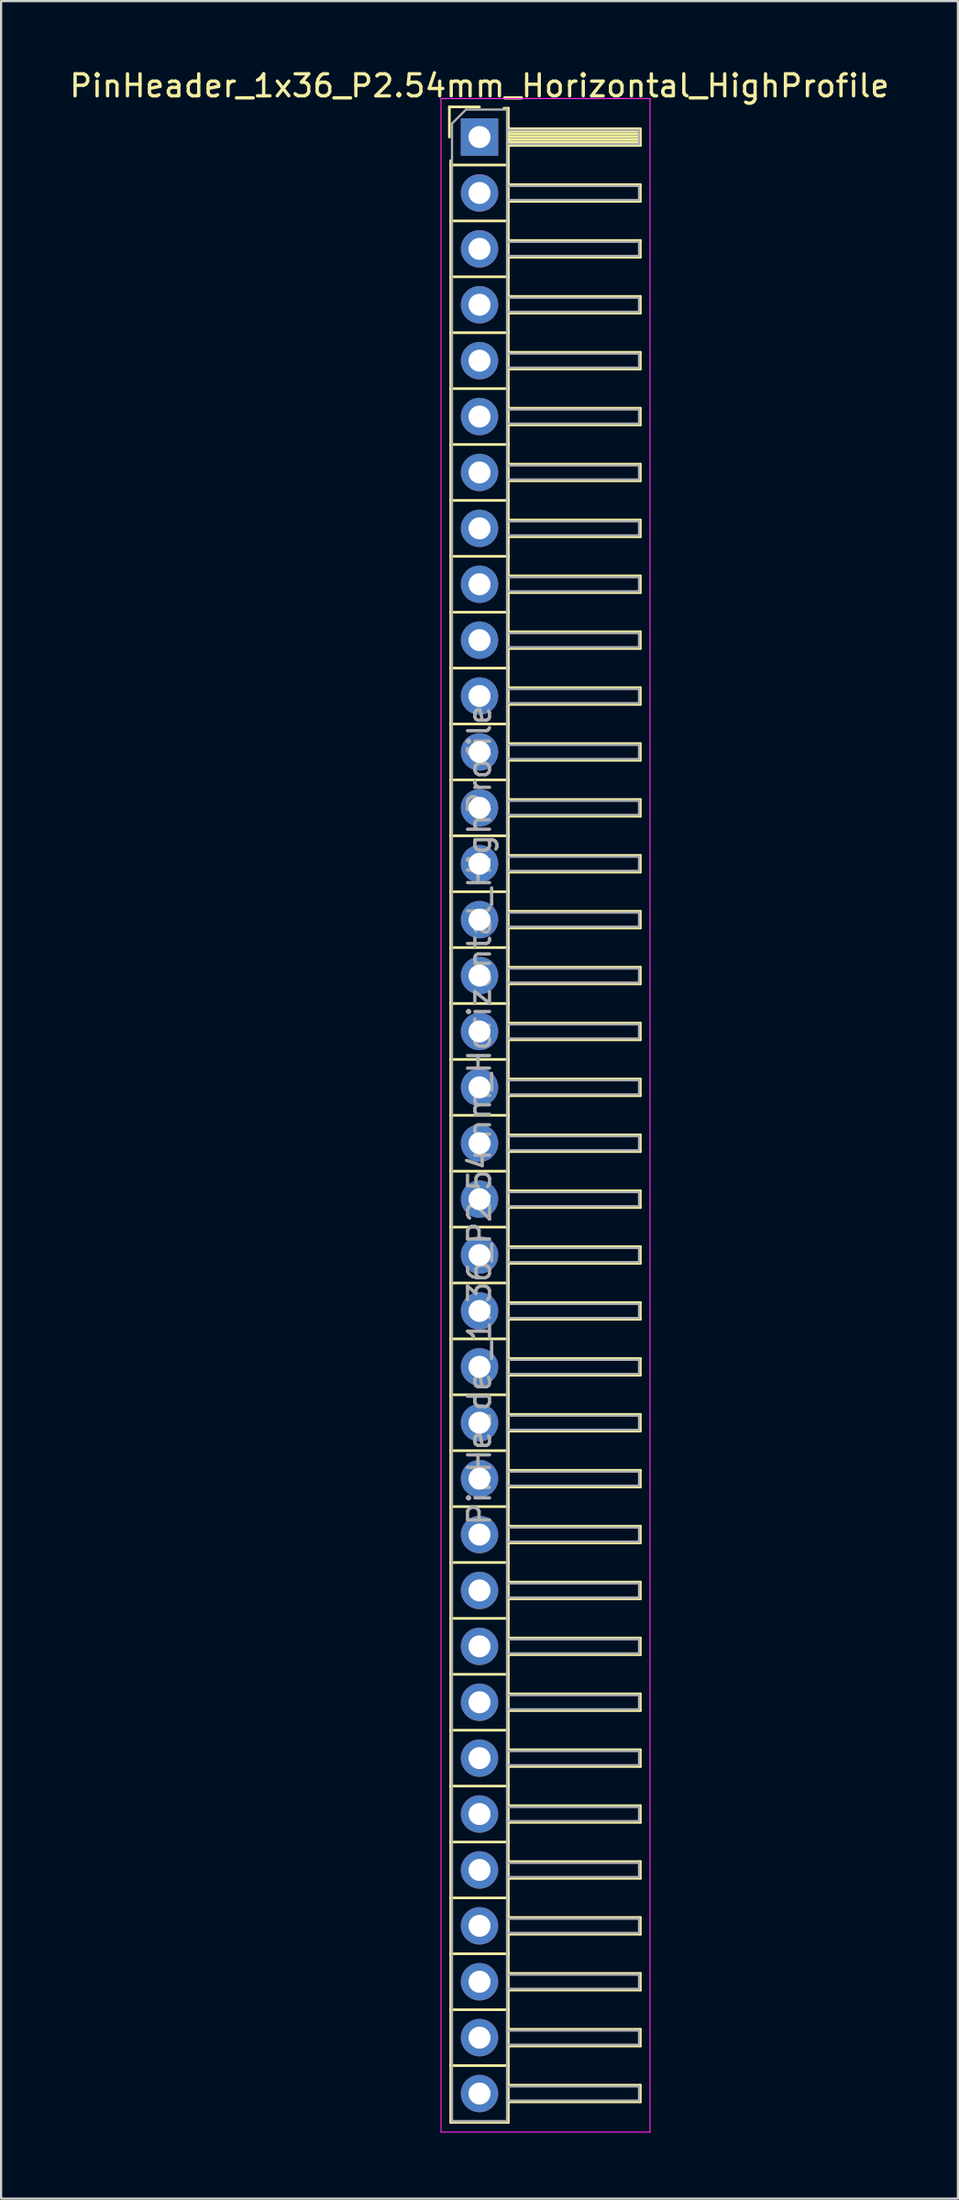
<source format=kicad_pcb>
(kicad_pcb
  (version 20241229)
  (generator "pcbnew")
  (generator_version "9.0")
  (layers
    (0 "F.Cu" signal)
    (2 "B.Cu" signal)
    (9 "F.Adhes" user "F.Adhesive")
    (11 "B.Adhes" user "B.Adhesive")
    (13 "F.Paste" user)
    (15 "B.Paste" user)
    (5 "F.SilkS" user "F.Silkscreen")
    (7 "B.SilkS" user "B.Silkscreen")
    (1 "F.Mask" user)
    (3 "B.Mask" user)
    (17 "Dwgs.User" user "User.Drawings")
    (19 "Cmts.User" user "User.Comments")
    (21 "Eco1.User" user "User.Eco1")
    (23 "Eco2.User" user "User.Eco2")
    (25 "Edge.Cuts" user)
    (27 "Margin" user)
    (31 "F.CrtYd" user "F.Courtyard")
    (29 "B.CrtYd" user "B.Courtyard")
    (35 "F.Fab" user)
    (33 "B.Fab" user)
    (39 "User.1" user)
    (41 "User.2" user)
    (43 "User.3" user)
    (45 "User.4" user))
  (footprint "PinHeader_1x36_P2.54mm_Horizontal_HighProfile"
    (layer "F.Cu")
    (at 18.744 3.178)
    (property "Reference" "PinHeader_1x36_P2.54mm_Horizontal_HighProfile" (at 0 -2.33 0) (layer "F.SilkS") (effects (font (size 1 1) (thickness 0.15))))
    (attr through_hole)
    (fp_line (start -1.37 -1.37) (end -1.37 0) (stroke (width 0.12) (type solid)) (layer "F.SilkS"))
    (fp_line (start -1.37 -1.37) (end 0 -1.37) (stroke (width 0.12) (type solid)) (layer "F.SilkS"))
    (fp_line (start -1.31 1.27) (end -1.31 1.07) (stroke (width 0.12) (type solid)) (layer "F.SilkS"))
    (fp_line (start -1.31 1.27) (end -1.31 3.81) (stroke (width 0.12) (type solid)) (layer "F.SilkS"))
    (fp_line (start -1.31 1.27) (end 1.31 1.27) (stroke (width 0.12) (type solid)) (layer "F.SilkS"))
    (fp_line (start -1.31 3.81) (end -1.31 6.35) (stroke (width 0.12) (type solid)) (layer "F.SilkS"))
    (fp_line (start -1.31 3.81) (end 1.31 3.81) (stroke (width 0.12) (type solid)) (layer "F.SilkS"))
    (fp_line (start -1.31 6.35) (end -1.31 8.89) (stroke (width 0.12) (type solid)) (layer "F.SilkS"))
    (fp_line (start -1.31 6.35) (end 1.31 6.35) (stroke (width 0.12) (type solid)) (layer "F.SilkS"))
    (fp_line (start -1.31 8.89) (end -1.31 11.43) (stroke (width 0.12) (type solid)) (layer "F.SilkS"))
    (fp_line (start -1.31 8.89) (end 1.31 8.89) (stroke (width 0.12) (type solid)) (layer "F.SilkS"))
    (fp_line (start -1.31 11.43) (end -1.31 13.97) (stroke (width 0.12) (type solid)) (layer "F.SilkS"))
    (fp_line (start -1.31 11.43) (end 1.31 11.43) (stroke (width 0.12) (type solid)) (layer "F.SilkS"))
    (fp_line (start -1.31 13.97) (end -1.31 16.51) (stroke (width 0.12) (type solid)) (layer "F.SilkS"))
    (fp_line (start -1.31 13.97) (end 1.31 13.97) (stroke (width 0.12) (type solid)) (layer "F.SilkS"))
    (fp_line (start -1.31 16.51) (end -1.31 19.05) (stroke (width 0.12) (type solid)) (layer "F.SilkS"))
    (fp_line (start -1.31 16.51) (end 1.31 16.51) (stroke (width 0.12) (type solid)) (layer "F.SilkS"))
    (fp_line (start -1.31 19.05) (end -1.31 21.59) (stroke (width 0.12) (type solid)) (layer "F.SilkS"))
    (fp_line (start -1.31 19.05) (end 1.31 19.05) (stroke (width 0.12) (type solid)) (layer "F.SilkS"))
    (fp_line (start -1.31 21.59) (end -1.31 24.13) (stroke (width 0.12) (type solid)) (layer "F.SilkS"))
    (fp_line (start -1.31 21.59) (end 1.31 21.59) (stroke (width 0.12) (type solid)) (layer "F.SilkS"))
    (fp_line (start -1.31 24.13) (end -1.31 26.67) (stroke (width 0.12) (type solid)) (layer "F.SilkS"))
    (fp_line (start -1.31 24.13) (end 1.31 24.13) (stroke (width 0.12) (type solid)) (layer "F.SilkS"))
    (fp_line (start -1.31 26.67) (end -1.31 29.21) (stroke (width 0.12) (type solid)) (layer "F.SilkS"))
    (fp_line (start -1.31 26.67) (end 1.31 26.67) (stroke (width 0.12) (type solid)) (layer "F.SilkS"))
    (fp_line (start -1.31 29.21) (end -1.31 31.75) (stroke (width 0.12) (type solid)) (layer "F.SilkS"))
    (fp_line (start -1.31 29.21) (end 1.31 29.21) (stroke (width 0.12) (type solid)) (layer "F.SilkS"))
    (fp_line (start -1.31 31.75) (end -1.31 34.29) (stroke (width 0.12) (type solid)) (layer "F.SilkS"))
    (fp_line (start -1.31 31.75) (end 1.31 31.75) (stroke (width 0.12) (type solid)) (layer "F.SilkS"))
    (fp_line (start -1.31 34.29) (end -1.31 36.83) (stroke (width 0.12) (type solid)) (layer "F.SilkS"))
    (fp_line (start -1.31 34.29) (end 1.31 34.29) (stroke (width 0.12) (type solid)) (layer "F.SilkS"))
    (fp_line (start -1.31 36.83) (end -1.31 39.37) (stroke (width 0.12) (type solid)) (layer "F.SilkS"))
    (fp_line (start -1.31 36.83) (end 1.31 36.83) (stroke (width 0.12) (type solid)) (layer "F.SilkS"))
    (fp_line (start -1.31 39.37) (end -1.31 41.91) (stroke (width 0.12) (type solid)) (layer "F.SilkS"))
    (fp_line (start -1.31 39.37) (end 1.31 39.37) (stroke (width 0.12) (type solid)) (layer "F.SilkS"))
    (fp_line (start -1.31 41.91) (end -1.31 44.45) (stroke (width 0.12) (type solid)) (layer "F.SilkS"))
    (fp_line (start -1.31 41.91) (end 1.31 41.91) (stroke (width 0.12) (type solid)) (layer "F.SilkS"))
    (fp_line (start -1.31 44.45) (end -1.31 46.99) (stroke (width 0.12) (type solid)) (layer "F.SilkS"))
    (fp_line (start -1.31 44.45) (end 1.31 44.45) (stroke (width 0.12) (type solid)) (layer "F.SilkS"))
    (fp_line (start -1.31 46.99) (end -1.31 49.53) (stroke (width 0.12) (type solid)) (layer "F.SilkS"))
    (fp_line (start -1.31 46.99) (end 1.31 46.99) (stroke (width 0.12) (type solid)) (layer "F.SilkS"))
    (fp_line (start -1.31 49.53) (end -1.31 52.07) (stroke (width 0.12) (type solid)) (layer "F.SilkS"))
    (fp_line (start -1.31 49.53) (end 1.31 49.53) (stroke (width 0.12) (type solid)) (layer "F.SilkS"))
    (fp_line (start -1.31 52.07) (end -1.31 54.61) (stroke (width 0.12) (type solid)) (layer "F.SilkS"))
    (fp_line (start -1.31 52.07) (end 1.31 52.07) (stroke (width 0.12) (type solid)) (layer "F.SilkS"))
    (fp_line (start -1.31 54.61) (end -1.31 57.15) (stroke (width 0.12) (type solid)) (layer "F.SilkS"))
    (fp_line (start -1.31 54.61) (end 1.31 54.61) (stroke (width 0.12) (type solid)) (layer "F.SilkS"))
    (fp_line (start -1.31 57.15) (end -1.31 59.69) (stroke (width 0.12) (type solid)) (layer "F.SilkS"))
    (fp_line (start -1.31 57.15) (end 1.31 57.15) (stroke (width 0.12) (type solid)) (layer "F.SilkS"))
    (fp_line (start -1.31 59.69) (end -1.31 62.23) (stroke (width 0.12) (type solid)) (layer "F.SilkS"))
    (fp_line (start -1.31 59.69) (end 1.31 59.69) (stroke (width 0.12) (type solid)) (layer "F.SilkS"))
    (fp_line (start -1.31 62.23) (end -1.31 64.77) (stroke (width 0.12) (type solid)) (layer "F.SilkS"))
    (fp_line (start -1.31 62.23) (end 1.31 62.23) (stroke (width 0.12) (type solid)) (layer "F.SilkS"))
    (fp_line (start -1.31 64.77) (end -1.31 67.31) (stroke (width 0.12) (type solid)) (layer "F.SilkS"))
    (fp_line (start -1.31 64.77) (end 1.31 64.77) (stroke (width 0.12) (type solid)) (layer "F.SilkS"))
    (fp_line (start -1.31 67.31) (end -1.31 69.85) (stroke (width 0.12) (type solid)) (layer "F.SilkS"))
    (fp_line (start -1.31 67.31) (end 1.31 67.31) (stroke (width 0.12) (type solid)) (layer "F.SilkS"))
    (fp_line (start -1.31 69.85) (end -1.31 72.39) (stroke (width 0.12) (type solid)) (layer "F.SilkS"))
    (fp_line (start -1.31 69.85) (end 1.31 69.85) (stroke (width 0.12) (type solid)) (layer "F.SilkS"))
    (fp_line (start -1.31 72.39) (end -1.31 74.93) (stroke (width 0.12) (type solid)) (layer "F.SilkS"))
    (fp_line (start -1.31 72.39) (end 1.31 72.39) (stroke (width 0.12) (type solid)) (layer "F.SilkS"))
    (fp_line (start -1.31 74.93) (end -1.31 77.47) (stroke (width 0.12) (type solid)) (layer "F.SilkS"))
    (fp_line (start -1.31 74.93) (end 1.31 74.93) (stroke (width 0.12) (type solid)) (layer "F.SilkS"))
    (fp_line (start -1.31 77.47) (end -1.31 80.01) (stroke (width 0.12) (type solid)) (layer "F.SilkS"))
    (fp_line (start -1.31 77.47) (end 1.31 77.47) (stroke (width 0.12) (type solid)) (layer "F.SilkS"))
    (fp_line (start -1.31 80.01) (end -1.31 82.55) (stroke (width 0.12) (type solid)) (layer "F.SilkS"))
    (fp_line (start -1.31 80.01) (end 1.31 80.01) (stroke (width 0.12) (type solid)) (layer "F.SilkS"))
    (fp_line (start -1.31 82.55) (end -1.31 85.09) (stroke (width 0.12) (type solid)) (layer "F.SilkS"))
    (fp_line (start -1.31 82.55) (end 1.31 82.55) (stroke (width 0.12) (type solid)) (layer "F.SilkS"))
    (fp_line (start -1.31 85.09) (end -1.31 87.63) (stroke (width 0.12) (type solid)) (layer "F.SilkS"))
    (fp_line (start -1.31 85.09) (end 1.31 85.09) (stroke (width 0.12) (type solid)) (layer "F.SilkS"))
    (fp_line (start -1.31 87.63) (end -1.31 90.21) (stroke (width 0.12) (type solid)) (layer "F.SilkS"))
    (fp_line (start -1.31 87.63) (end 1.31 87.63) (stroke (width 0.12) (type solid)) (layer "F.SilkS"))
    (fp_line (start -1.31 90.21) (end 1.31 90.21) (stroke (width 0.12) (type solid)) (layer "F.SilkS"))
    (fp_line (start 1.11 -1.31) (end 1.31 -1.31) (stroke (width 0.12) (type solid)) (layer "F.SilkS"))
    (fp_line (start 1.31 -1.31) (end 1.31 1.31) (stroke (width 0.12) (type solid)) (layer "F.SilkS"))
    (fp_line (start 1.31 -0.38) (end 7.31 -0.38) (stroke (width 0.12) (type solid)) (layer "F.SilkS"))
    (fp_line (start 1.31 -0.26) (end 7.31 -0.26) (stroke (width 0.12) (type solid)) (layer "F.SilkS"))
    (fp_line (start 1.31 -0.14) (end 7.31 -0.14) (stroke (width 0.12) (type solid)) (layer "F.SilkS"))
    (fp_line (start 1.31 -0.02) (end 7.31 -0.02) (stroke (width 0.12) (type solid)) (layer "F.SilkS"))
    (fp_line (start 1.31 0.1) (end 7.31 0.1) (stroke (width 0.12) (type solid)) (layer "F.SilkS"))
    (fp_line (start 1.31 0.22) (end 7.31 0.22) (stroke (width 0.12) (type solid)) (layer "F.SilkS"))
    (fp_line (start 1.31 0.34) (end 7.31 0.34) (stroke (width 0.12) (type solid)) (layer "F.SilkS"))
    (fp_line (start 1.31 0.38) (end 7.31 0.38) (stroke (width 0.12) (type solid)) (layer "F.SilkS"))
    (fp_line (start 1.31 1.27) (end 1.31 3.81) (stroke (width 0.12) (type solid)) (layer "F.SilkS"))
    (fp_line (start 1.31 2.16) (end 7.31 2.16) (stroke (width 0.12) (type solid)) (layer "F.SilkS"))
    (fp_line (start 1.31 2.92) (end 7.31 2.92) (stroke (width 0.12) (type solid)) (layer "F.SilkS"))
    (fp_line (start 1.31 3.81) (end 1.31 6.35) (stroke (width 0.12) (type solid)) (layer "F.SilkS"))
    (fp_line (start 1.31 4.7) (end 7.31 4.7) (stroke (width 0.12) (type solid)) (layer "F.SilkS"))
    (fp_line (start 1.31 5.46) (end 7.31 5.46) (stroke (width 0.12) (type solid)) (layer "F.SilkS"))
    (fp_line (start 1.31 6.35) (end 1.31 8.89) (stroke (width 0.12) (type solid)) (layer "F.SilkS"))
    (fp_line (start 1.31 7.24) (end 7.31 7.24) (stroke (width 0.12) (type solid)) (layer "F.SilkS"))
    (fp_line (start 1.31 8) (end 7.31 8) (stroke (width 0.12) (type solid)) (layer "F.SilkS"))
    (fp_line (start 1.31 8.89) (end 1.31 11.43) (stroke (width 0.12) (type solid)) (layer "F.SilkS"))
    (fp_line (start 1.31 9.78) (end 7.31 9.78) (stroke (width 0.12) (type solid)) (layer "F.SilkS"))
    (fp_line (start 1.31 10.54) (end 7.31 10.54) (stroke (width 0.12) (type solid)) (layer "F.SilkS"))
    (fp_line (start 1.31 11.43) (end 1.31 13.97) (stroke (width 0.12) (type solid)) (layer "F.SilkS"))
    (fp_line (start 1.31 12.32) (end 7.31 12.32) (stroke (width 0.12) (type solid)) (layer "F.SilkS"))
    (fp_line (start 1.31 13.08) (end 7.31 13.08) (stroke (width 0.12) (type solid)) (layer "F.SilkS"))
    (fp_line (start 1.31 13.97) (end 1.31 16.51) (stroke (width 0.12) (type solid)) (layer "F.SilkS"))
    (fp_line (start 1.31 14.86) (end 7.31 14.86) (stroke (width 0.12) (type solid)) (layer "F.SilkS"))
    (fp_line (start 1.31 15.62) (end 7.31 15.62) (stroke (width 0.12) (type solid)) (layer "F.SilkS"))
    (fp_line (start 1.31 16.51) (end 1.31 19.05) (stroke (width 0.12) (type solid)) (layer "F.SilkS"))
    (fp_line (start 1.31 17.4) (end 7.31 17.4) (stroke (width 0.12) (type solid)) (layer "F.SilkS"))
    (fp_line (start 1.31 18.16) (end 7.31 18.16) (stroke (width 0.12) (type solid)) (layer "F.SilkS"))
    (fp_line (start 1.31 19.05) (end 1.31 21.59) (stroke (width 0.12) (type solid)) (layer "F.SilkS"))
    (fp_line (start 1.31 19.94) (end 7.31 19.94) (stroke (width 0.12) (type solid)) (layer "F.SilkS"))
    (fp_line (start 1.31 20.7) (end 7.31 20.7) (stroke (width 0.12) (type solid)) (layer "F.SilkS"))
    (fp_line (start 1.31 21.59) (end 1.31 24.13) (stroke (width 0.12) (type solid)) (layer "F.SilkS"))
    (fp_line (start 1.31 22.48) (end 7.31 22.48) (stroke (width 0.12) (type solid)) (layer "F.SilkS"))
    (fp_line (start 1.31 23.24) (end 7.31 23.24) (stroke (width 0.12) (type solid)) (layer "F.SilkS"))
    (fp_line (start 1.31 24.13) (end 1.31 26.67) (stroke (width 0.12) (type solid)) (layer "F.SilkS"))
    (fp_line (start 1.31 25.02) (end 7.31 25.02) (stroke (width 0.12) (type solid)) (layer "F.SilkS"))
    (fp_line (start 1.31 25.78) (end 7.31 25.78) (stroke (width 0.12) (type solid)) (layer "F.SilkS"))
    (fp_line (start 1.31 26.67) (end 1.31 29.21) (stroke (width 0.12) (type solid)) (layer "F.SilkS"))
    (fp_line (start 1.31 27.56) (end 7.31 27.56) (stroke (width 0.12) (type solid)) (layer "F.SilkS"))
    (fp_line (start 1.31 28.32) (end 7.31 28.32) (stroke (width 0.12) (type solid)) (layer "F.SilkS"))
    (fp_line (start 1.31 29.21) (end 1.31 31.75) (stroke (width 0.12) (type solid)) (layer "F.SilkS"))
    (fp_line (start 1.31 30.1) (end 7.31 30.1) (stroke (width 0.12) (type solid)) (layer "F.SilkS"))
    (fp_line (start 1.31 30.86) (end 7.31 30.86) (stroke (width 0.12) (type solid)) (layer "F.SilkS"))
    (fp_line (start 1.31 31.75) (end 1.31 34.29) (stroke (width 0.12) (type solid)) (layer "F.SilkS"))
    (fp_line (start 1.31 32.64) (end 7.31 32.64) (stroke (width 0.12) (type solid)) (layer "F.SilkS"))
    (fp_line (start 1.31 33.4) (end 7.31 33.4) (stroke (width 0.12) (type solid)) (layer "F.SilkS"))
    (fp_line (start 1.31 34.29) (end 1.31 36.83) (stroke (width 0.12) (type solid)) (layer "F.SilkS"))
    (fp_line (start 1.31 35.18) (end 7.31 35.18) (stroke (width 0.12) (type solid)) (layer "F.SilkS"))
    (fp_line (start 1.31 35.94) (end 7.31 35.94) (stroke (width 0.12) (type solid)) (layer "F.SilkS"))
    (fp_line (start 1.31 36.83) (end 1.31 39.37) (stroke (width 0.12) (type solid)) (layer "F.SilkS"))
    (fp_line (start 1.31 37.72) (end 7.31 37.72) (stroke (width 0.12) (type solid)) (layer "F.SilkS"))
    (fp_line (start 1.31 38.48) (end 7.31 38.48) (stroke (width 0.12) (type solid)) (layer "F.SilkS"))
    (fp_line (start 1.31 39.37) (end 1.31 41.91) (stroke (width 0.12) (type solid)) (layer "F.SilkS"))
    (fp_line (start 1.31 40.26) (end 7.31 40.26) (stroke (width 0.12) (type solid)) (layer "F.SilkS"))
    (fp_line (start 1.31 41.02) (end 7.31 41.02) (stroke (width 0.12) (type solid)) (layer "F.SilkS"))
    (fp_line (start 1.31 41.91) (end 1.31 44.45) (stroke (width 0.12) (type solid)) (layer "F.SilkS"))
    (fp_line (start 1.31 42.8) (end 7.31 42.8) (stroke (width 0.12) (type solid)) (layer "F.SilkS"))
    (fp_line (start 1.31 43.56) (end 7.31 43.56) (stroke (width 0.12) (type solid)) (layer "F.SilkS"))
    (fp_line (start 1.31 44.45) (end 1.31 46.99) (stroke (width 0.12) (type solid)) (layer "F.SilkS"))
    (fp_line (start 1.31 45.34) (end 7.31 45.34) (stroke (width 0.12) (type solid)) (layer "F.SilkS"))
    (fp_line (start 1.31 46.1) (end 7.31 46.1) (stroke (width 0.12) (type solid)) (layer "F.SilkS"))
    (fp_line (start 1.31 46.99) (end 1.31 49.53) (stroke (width 0.12) (type solid)) (layer "F.SilkS"))
    (fp_line (start 1.31 47.88) (end 7.31 47.88) (stroke (width 0.12) (type solid)) (layer "F.SilkS"))
    (fp_line (start 1.31 48.64) (end 7.31 48.64) (stroke (width 0.12) (type solid)) (layer "F.SilkS"))
    (fp_line (start 1.31 49.53) (end 1.31 52.07) (stroke (width 0.12) (type solid)) (layer "F.SilkS"))
    (fp_line (start 1.31 50.42) (end 7.31 50.42) (stroke (width 0.12) (type solid)) (layer "F.SilkS"))
    (fp_line (start 1.31 51.18) (end 7.31 51.18) (stroke (width 0.12) (type solid)) (layer "F.SilkS"))
    (fp_line (start 1.31 52.07) (end 1.31 54.61) (stroke (width 0.12) (type solid)) (layer "F.SilkS"))
    (fp_line (start 1.31 52.96) (end 7.31 52.96) (stroke (width 0.12) (type solid)) (layer "F.SilkS"))
    (fp_line (start 1.31 53.72) (end 7.31 53.72) (stroke (width 0.12) (type solid)) (layer "F.SilkS"))
    (fp_line (start 1.31 54.61) (end 1.31 57.15) (stroke (width 0.12) (type solid)) (layer "F.SilkS"))
    (fp_line (start 1.31 55.5) (end 7.31 55.5) (stroke (width 0.12) (type solid)) (layer "F.SilkS"))
    (fp_line (start 1.31 56.26) (end 7.31 56.26) (stroke (width 0.12) (type solid)) (layer "F.SilkS"))
    (fp_line (start 1.31 57.15) (end 1.31 59.69) (stroke (width 0.12) (type solid)) (layer "F.SilkS"))
    (fp_line (start 1.31 58.04) (end 7.31 58.04) (stroke (width 0.12) (type solid)) (layer "F.SilkS"))
    (fp_line (start 1.31 58.8) (end 7.31 58.8) (stroke (width 0.12) (type solid)) (layer "F.SilkS"))
    (fp_line (start 1.31 59.69) (end 1.31 62.23) (stroke (width 0.12) (type solid)) (layer "F.SilkS"))
    (fp_line (start 1.31 60.58) (end 7.31 60.58) (stroke (width 0.12) (type solid)) (layer "F.SilkS"))
    (fp_line (start 1.31 61.34) (end 7.31 61.34) (stroke (width 0.12) (type solid)) (layer "F.SilkS"))
    (fp_line (start 1.31 62.23) (end 1.31 64.77) (stroke (width 0.12) (type solid)) (layer "F.SilkS"))
    (fp_line (start 1.31 63.12) (end 7.31 63.12) (stroke (width 0.12) (type solid)) (layer "F.SilkS"))
    (fp_line (start 1.31 63.88) (end 7.31 63.88) (stroke (width 0.12) (type solid)) (layer "F.SilkS"))
    (fp_line (start 1.31 64.77) (end 1.31 67.31) (stroke (width 0.12) (type solid)) (layer "F.SilkS"))
    (fp_line (start 1.31 65.66) (end 7.31 65.66) (stroke (width 0.12) (type solid)) (layer "F.SilkS"))
    (fp_line (start 1.31 66.42) (end 7.31 66.42) (stroke (width 0.12) (type solid)) (layer "F.SilkS"))
    (fp_line (start 1.31 67.31) (end 1.31 69.85) (stroke (width 0.12) (type solid)) (layer "F.SilkS"))
    (fp_line (start 1.31 68.2) (end 7.31 68.2) (stroke (width 0.12) (type solid)) (layer "F.SilkS"))
    (fp_line (start 1.31 68.96) (end 7.31 68.96) (stroke (width 0.12) (type solid)) (layer "F.SilkS"))
    (fp_line (start 1.31 69.85) (end 1.31 72.39) (stroke (width 0.12) (type solid)) (layer "F.SilkS"))
    (fp_line (start 1.31 70.74) (end 7.31 70.74) (stroke (width 0.12) (type solid)) (layer "F.SilkS"))
    (fp_line (start 1.31 71.5) (end 7.31 71.5) (stroke (width 0.12) (type solid)) (layer "F.SilkS"))
    (fp_line (start 1.31 72.39) (end 1.31 74.93) (stroke (width 0.12) (type solid)) (layer "F.SilkS"))
    (fp_line (start 1.31 73.28) (end 7.31 73.28) (stroke (width 0.12) (type solid)) (layer "F.SilkS"))
    (fp_line (start 1.31 74.04) (end 7.31 74.04) (stroke (width 0.12) (type solid)) (layer "F.SilkS"))
    (fp_line (start 1.31 74.93) (end 1.31 77.47) (stroke (width 0.12) (type solid)) (layer "F.SilkS"))
    (fp_line (start 1.31 75.82) (end 7.31 75.82) (stroke (width 0.12) (type solid)) (layer "F.SilkS"))
    (fp_line (start 1.31 76.58) (end 7.31 76.58) (stroke (width 0.12) (type solid)) (layer "F.SilkS"))
    (fp_line (start 1.31 77.47) (end 1.31 80.01) (stroke (width 0.12) (type solid)) (layer "F.SilkS"))
    (fp_line (start 1.31 78.36) (end 7.31 78.36) (stroke (width 0.12) (type solid)) (layer "F.SilkS"))
    (fp_line (start 1.31 79.12) (end 7.31 79.12) (stroke (width 0.12) (type solid)) (layer "F.SilkS"))
    (fp_line (start 1.31 80.01) (end 1.31 82.55) (stroke (width 0.12) (type solid)) (layer "F.SilkS"))
    (fp_line (start 1.31 80.9) (end 7.31 80.9) (stroke (width 0.12) (type solid)) (layer "F.SilkS"))
    (fp_line (start 1.31 81.66) (end 7.31 81.66) (stroke (width 0.12) (type solid)) (layer "F.SilkS"))
    (fp_line (start 1.31 82.55) (end 1.31 85.09) (stroke (width 0.12) (type solid)) (layer "F.SilkS"))
    (fp_line (start 1.31 83.44) (end 7.31 83.44) (stroke (width 0.12) (type solid)) (layer "F.SilkS"))
    (fp_line (start 1.31 84.2) (end 7.31 84.2) (stroke (width 0.12) (type solid)) (layer "F.SilkS"))
    (fp_line (start 1.31 85.09) (end 1.31 87.63) (stroke (width 0.12) (type solid)) (layer "F.SilkS"))
    (fp_line (start 1.31 85.98) (end 7.31 85.98) (stroke (width 0.12) (type solid)) (layer "F.SilkS"))
    (fp_line (start 1.31 86.74) (end 7.31 86.74) (stroke (width 0.12) (type solid)) (layer "F.SilkS"))
    (fp_line (start 1.31 87.63) (end 1.31 90.21) (stroke (width 0.12) (type solid)) (layer "F.SilkS"))
    (fp_line (start 1.31 88.52) (end 7.31 88.52) (stroke (width 0.12) (type solid)) (layer "F.SilkS"))
    (fp_line (start 1.31 89.28) (end 7.31 89.28) (stroke (width 0.12) (type solid)) (layer "F.SilkS"))
    (fp_line (start 7.31 -0.38) (end 7.31 0.38) (stroke (width 0.12) (type solid)) (layer "F.SilkS"))
    (fp_line (start 7.31 2.16) (end 7.31 2.92) (stroke (width 0.12) (type solid)) (layer "F.SilkS"))
    (fp_line (start 7.31 4.7) (end 7.31 5.46) (stroke (width 0.12) (type solid)) (layer "F.SilkS"))
    (fp_line (start 7.31 7.24) (end 7.31 8) (stroke (width 0.12) (type solid)) (layer "F.SilkS"))
    (fp_line (start 7.31 9.78) (end 7.31 10.54) (stroke (width 0.12) (type solid)) (layer "F.SilkS"))
    (fp_line (start 7.31 12.32) (end 7.31 13.08) (stroke (width 0.12) (type solid)) (layer "F.SilkS"))
    (fp_line (start 7.31 14.86) (end 7.31 15.62) (stroke (width 0.12) (type solid)) (layer "F.SilkS"))
    (fp_line (start 7.31 17.4) (end 7.31 18.16) (stroke (width 0.12) (type solid)) (layer "F.SilkS"))
    (fp_line (start 7.31 19.94) (end 7.31 20.7) (stroke (width 0.12) (type solid)) (layer "F.SilkS"))
    (fp_line (start 7.31 22.48) (end 7.31 23.24) (stroke (width 0.12) (type solid)) (layer "F.SilkS"))
    (fp_line (start 7.31 25.02) (end 7.31 25.78) (stroke (width 0.12) (type solid)) (layer "F.SilkS"))
    (fp_line (start 7.31 27.56) (end 7.31 28.32) (stroke (width 0.12) (type solid)) (layer "F.SilkS"))
    (fp_line (start 7.31 30.1) (end 7.31 30.86) (stroke (width 0.12) (type solid)) (layer "F.SilkS"))
    (fp_line (start 7.31 32.64) (end 7.31 33.4) (stroke (width 0.12) (type solid)) (layer "F.SilkS"))
    (fp_line (start 7.31 35.18) (end 7.31 35.94) (stroke (width 0.12) (type solid)) (layer "F.SilkS"))
    (fp_line (start 7.31 37.72) (end 7.31 38.48) (stroke (width 0.12) (type solid)) (layer "F.SilkS"))
    (fp_line (start 7.31 40.26) (end 7.31 41.02) (stroke (width 0.12) (type solid)) (layer "F.SilkS"))
    (fp_line (start 7.31 42.8) (end 7.31 43.56) (stroke (width 0.12) (type solid)) (layer "F.SilkS"))
    (fp_line (start 7.31 45.34) (end 7.31 46.1) (stroke (width 0.12) (type solid)) (layer "F.SilkS"))
    (fp_line (start 7.31 47.88) (end 7.31 48.64) (stroke (width 0.12) (type solid)) (layer "F.SilkS"))
    (fp_line (start 7.31 50.42) (end 7.31 51.18) (stroke (width 0.12) (type solid)) (layer "F.SilkS"))
    (fp_line (start 7.31 52.96) (end 7.31 53.72) (stroke (width 0.12) (type solid)) (layer "F.SilkS"))
    (fp_line (start 7.31 55.5) (end 7.31 56.26) (stroke (width 0.12) (type solid)) (layer "F.SilkS"))
    (fp_line (start 7.31 58.04) (end 7.31 58.8) (stroke (width 0.12) (type solid)) (layer "F.SilkS"))
    (fp_line (start 7.31 60.58) (end 7.31 61.34) (stroke (width 0.12) (type solid)) (layer "F.SilkS"))
    (fp_line (start 7.31 63.12) (end 7.31 63.88) (stroke (width 0.12) (type solid)) (layer "F.SilkS"))
    (fp_line (start 7.31 65.66) (end 7.31 66.42) (stroke (width 0.12) (type solid)) (layer "F.SilkS"))
    (fp_line (start 7.31 68.2) (end 7.31 68.96) (stroke (width 0.12) (type solid)) (layer "F.SilkS"))
    (fp_line (start 7.31 70.74) (end 7.31 71.5) (stroke (width 0.12) (type solid)) (layer "F.SilkS"))
    (fp_line (start 7.31 73.28) (end 7.31 74.04) (stroke (width 0.12) (type solid)) (layer "F.SilkS"))
    (fp_line (start 7.31 75.82) (end 7.31 76.58) (stroke (width 0.12) (type solid)) (layer "F.SilkS"))
    (fp_line (start 7.31 78.36) (end 7.31 79.12) (stroke (width 0.12) (type solid)) (layer "F.SilkS"))
    (fp_line (start 7.31 80.9) (end 7.31 81.66) (stroke (width 0.12) (type solid)) (layer "F.SilkS"))
    (fp_line (start 7.31 83.44) (end 7.31 84.2) (stroke (width 0.12) (type solid)) (layer "F.SilkS"))
    (fp_line (start 7.31 85.98) (end 7.31 86.74) (stroke (width 0.12) (type solid)) (layer "F.SilkS"))
    (fp_line (start 7.31 88.52) (end 7.31 89.28) (stroke (width 0.12) (type solid)) (layer "F.SilkS"))
    (fp_line (start -1.75 -1.75) (end -1.75 90.65) (stroke (width 0.05) (type solid)) (layer "F.CrtYd"))
    (fp_line (start -1.75 -1.75) (end 7.75 -1.75) (stroke (width 0.05) (type solid)) (layer "F.CrtYd"))
    (fp_line (start -1.75 90.65) (end 7.75 90.65) (stroke (width 0.05) (type solid)) (layer "F.CrtYd"))
    (fp_line (start 7.75 -1.75) (end 7.75 90.65) (stroke (width 0.05) (type solid)) (layer "F.CrtYd"))
    (fp_line (start -1.25 -0.615) (end -1.25 90.15) (stroke (width 0.1) (type solid)) (layer "F.Fab"))
    (fp_line (start -1.25 -0.615) (end -0.615 -1.25) (stroke (width 0.1) (type solid)) (layer "F.Fab"))
    (fp_line (start -1.25 90.15) (end 1.25 90.15) (stroke (width 0.1) (type solid)) (layer "F.Fab"))
    (fp_line (start -0.615 -1.25) (end 1.25 -1.25) (stroke (width 0.1) (type solid)) (layer "F.Fab"))
    (fp_line (start 1.25 -1.25) (end 1.25 90.15) (stroke (width 0.1) (type solid)) (layer "F.Fab"))
    (fp_line (start 1.25 -0.32) (end 7.25 -0.32) (stroke (width 0.1) (type solid)) (layer "F.Fab"))
    (fp_line (start 1.25 0.32) (end 7.25 0.32) (stroke (width 0.1) (type solid)) (layer "F.Fab"))
    (fp_line (start 1.25 2.22) (end 7.25 2.22) (stroke (width 0.1) (type solid)) (layer "F.Fab"))
    (fp_line (start 1.25 2.86) (end 7.25 2.86) (stroke (width 0.1) (type solid)) (layer "F.Fab"))
    (fp_line (start 1.25 4.76) (end 7.25 4.76) (stroke (width 0.1) (type solid)) (layer "F.Fab"))
    (fp_line (start 1.25 5.4) (end 7.25 5.4) (stroke (width 0.1) (type solid)) (layer "F.Fab"))
    (fp_line (start 1.25 7.3) (end 7.25 7.3) (stroke (width 0.1) (type solid)) (layer "F.Fab"))
    (fp_line (start 1.25 7.94) (end 7.25 7.94) (stroke (width 0.1) (type solid)) (layer "F.Fab"))
    (fp_line (start 1.25 9.84) (end 7.25 9.84) (stroke (width 0.1) (type solid)) (layer "F.Fab"))
    (fp_line (start 1.25 10.48) (end 7.25 10.48) (stroke (width 0.1) (type solid)) (layer "F.Fab"))
    (fp_line (start 1.25 12.38) (end 7.25 12.38) (stroke (width 0.1) (type solid)) (layer "F.Fab"))
    (fp_line (start 1.25 13.02) (end 7.25 13.02) (stroke (width 0.1) (type solid)) (layer "F.Fab"))
    (fp_line (start 1.25 14.92) (end 7.25 14.92) (stroke (width 0.1) (type solid)) (layer "F.Fab"))
    (fp_line (start 1.25 15.56) (end 7.25 15.56) (stroke (width 0.1) (type solid)) (layer "F.Fab"))
    (fp_line (start 1.25 17.46) (end 7.25 17.46) (stroke (width 0.1) (type solid)) (layer "F.Fab"))
    (fp_line (start 1.25 18.1) (end 7.25 18.1) (stroke (width 0.1) (type solid)) (layer "F.Fab"))
    (fp_line (start 1.25 20) (end 7.25 20) (stroke (width 0.1) (type solid)) (layer "F.Fab"))
    (fp_line (start 1.25 20.64) (end 7.25 20.64) (stroke (width 0.1) (type solid)) (layer "F.Fab"))
    (fp_line (start 1.25 22.54) (end 7.25 22.54) (stroke (width 0.1) (type solid)) (layer "F.Fab"))
    (fp_line (start 1.25 23.18) (end 7.25 23.18) (stroke (width 0.1) (type solid)) (layer "F.Fab"))
    (fp_line (start 1.25 25.08) (end 7.25 25.08) (stroke (width 0.1) (type solid)) (layer "F.Fab"))
    (fp_line (start 1.25 25.72) (end 7.25 25.72) (stroke (width 0.1) (type solid)) (layer "F.Fab"))
    (fp_line (start 1.25 27.62) (end 7.25 27.62) (stroke (width 0.1) (type solid)) (layer "F.Fab"))
    (fp_line (start 1.25 28.26) (end 7.25 28.26) (stroke (width 0.1) (type solid)) (layer "F.Fab"))
    (fp_line (start 1.25 30.16) (end 7.25 30.16) (stroke (width 0.1) (type solid)) (layer "F.Fab"))
    (fp_line (start 1.25 30.8) (end 7.25 30.8) (stroke (width 0.1) (type solid)) (layer "F.Fab"))
    (fp_line (start 1.25 32.7) (end 7.25 32.7) (stroke (width 0.1) (type solid)) (layer "F.Fab"))
    (fp_line (start 1.25 33.34) (end 7.25 33.34) (stroke (width 0.1) (type solid)) (layer "F.Fab"))
    (fp_line (start 1.25 35.24) (end 7.25 35.24) (stroke (width 0.1) (type solid)) (layer "F.Fab"))
    (fp_line (start 1.25 35.88) (end 7.25 35.88) (stroke (width 0.1) (type solid)) (layer "F.Fab"))
    (fp_line (start 1.25 37.78) (end 7.25 37.78) (stroke (width 0.1) (type solid)) (layer "F.Fab"))
    (fp_line (start 1.25 38.42) (end 7.25 38.42) (stroke (width 0.1) (type solid)) (layer "F.Fab"))
    (fp_line (start 1.25 40.32) (end 7.25 40.32) (stroke (width 0.1) (type solid)) (layer "F.Fab"))
    (fp_line (start 1.25 40.96) (end 7.25 40.96) (stroke (width 0.1) (type solid)) (layer "F.Fab"))
    (fp_line (start 1.25 42.86) (end 7.25 42.86) (stroke (width 0.1) (type solid)) (layer "F.Fab"))
    (fp_line (start 1.25 43.5) (end 7.25 43.5) (stroke (width 0.1) (type solid)) (layer "F.Fab"))
    (fp_line (start 1.25 45.4) (end 7.25 45.4) (stroke (width 0.1) (type solid)) (layer "F.Fab"))
    (fp_line (start 1.25 46.04) (end 7.25 46.04) (stroke (width 0.1) (type solid)) (layer "F.Fab"))
    (fp_line (start 1.25 47.94) (end 7.25 47.94) (stroke (width 0.1) (type solid)) (layer "F.Fab"))
    (fp_line (start 1.25 48.58) (end 7.25 48.58) (stroke (width 0.1) (type solid)) (layer "F.Fab"))
    (fp_line (start 1.25 50.48) (end 7.25 50.48) (stroke (width 0.1) (type solid)) (layer "F.Fab"))
    (fp_line (start 1.25 51.12) (end 7.25 51.12) (stroke (width 0.1) (type solid)) (layer "F.Fab"))
    (fp_line (start 1.25 53.02) (end 7.25 53.02) (stroke (width 0.1) (type solid)) (layer "F.Fab"))
    (fp_line (start 1.25 53.66) (end 7.25 53.66) (stroke (width 0.1) (type solid)) (layer "F.Fab"))
    (fp_line (start 1.25 55.56) (end 7.25 55.56) (stroke (width 0.1) (type solid)) (layer "F.Fab"))
    (fp_line (start 1.25 56.2) (end 7.25 56.2) (stroke (width 0.1) (type solid)) (layer "F.Fab"))
    (fp_line (start 1.25 58.1) (end 7.25 58.1) (stroke (width 0.1) (type solid)) (layer "F.Fab"))
    (fp_line (start 1.25 58.74) (end 7.25 58.74) (stroke (width 0.1) (type solid)) (layer "F.Fab"))
    (fp_line (start 1.25 60.64) (end 7.25 60.64) (stroke (width 0.1) (type solid)) (layer "F.Fab"))
    (fp_line (start 1.25 61.28) (end 7.25 61.28) (stroke (width 0.1) (type solid)) (layer "F.Fab"))
    (fp_line (start 1.25 63.18) (end 7.25 63.18) (stroke (width 0.1) (type solid)) (layer "F.Fab"))
    (fp_line (start 1.25 63.82) (end 7.25 63.82) (stroke (width 0.1) (type solid)) (layer "F.Fab"))
    (fp_line (start 1.25 65.72) (end 7.25 65.72) (stroke (width 0.1) (type solid)) (layer "F.Fab"))
    (fp_line (start 1.25 66.36) (end 7.25 66.36) (stroke (width 0.1) (type solid)) (layer "F.Fab"))
    (fp_line (start 1.25 68.26) (end 7.25 68.26) (stroke (width 0.1) (type solid)) (layer "F.Fab"))
    (fp_line (start 1.25 68.9) (end 7.25 68.9) (stroke (width 0.1) (type solid)) (layer "F.Fab"))
    (fp_line (start 1.25 70.8) (end 7.25 70.8) (stroke (width 0.1) (type solid)) (layer "F.Fab"))
    (fp_line (start 1.25 71.44) (end 7.25 71.44) (stroke (width 0.1) (type solid)) (layer "F.Fab"))
    (fp_line (start 1.25 73.34) (end 7.25 73.34) (stroke (width 0.1) (type solid)) (layer "F.Fab"))
    (fp_line (start 1.25 73.98) (end 7.25 73.98) (stroke (width 0.1) (type solid)) (layer "F.Fab"))
    (fp_line (start 1.25 75.88) (end 7.25 75.88) (stroke (width 0.1) (type solid)) (layer "F.Fab"))
    (fp_line (start 1.25 76.52) (end 7.25 76.52) (stroke (width 0.1) (type solid)) (layer "F.Fab"))
    (fp_line (start 1.25 78.42) (end 7.25 78.42) (stroke (width 0.1) (type solid)) (layer "F.Fab"))
    (fp_line (start 1.25 79.06) (end 7.25 79.06) (stroke (width 0.1) (type solid)) (layer "F.Fab"))
    (fp_line (start 1.25 80.96) (end 7.25 80.96) (stroke (width 0.1) (type solid)) (layer "F.Fab"))
    (fp_line (start 1.25 81.6) (end 7.25 81.6) (stroke (width 0.1) (type solid)) (layer "F.Fab"))
    (fp_line (start 1.25 83.5) (end 7.25 83.5) (stroke (width 0.1) (type solid)) (layer "F.Fab"))
    (fp_line (start 1.25 84.14) (end 7.25 84.14) (stroke (width 0.1) (type solid)) (layer "F.Fab"))
    (fp_line (start 1.25 86.04) (end 7.25 86.04) (stroke (width 0.1) (type solid)) (layer "F.Fab"))
    (fp_line (start 1.25 86.68) (end 7.25 86.68) (stroke (width 0.1) (type solid)) (layer "F.Fab"))
    (fp_line (start 1.25 88.58) (end 7.25 88.58) (stroke (width 0.1) (type solid)) (layer "F.Fab"))
    (fp_line (start 1.25 89.22) (end 7.25 89.22) (stroke (width 0.1) (type solid)) (layer "F.Fab"))
    (fp_line (start 7.25 -0.32) (end 7.25 0.32) (stroke (width 0.1) (type solid)) (layer "F.Fab"))
    (fp_line (start 7.25 2.22) (end 7.25 2.86) (stroke (width 0.1) (type solid)) (layer "F.Fab"))
    (fp_line (start 7.25 4.76) (end 7.25 5.4) (stroke (width 0.1) (type solid)) (layer "F.Fab"))
    (fp_line (start 7.25 7.3) (end 7.25 7.94) (stroke (width 0.1) (type solid)) (layer "F.Fab"))
    (fp_line (start 7.25 9.84) (end 7.25 10.48) (stroke (width 0.1) (type solid)) (layer "F.Fab"))
    (fp_line (start 7.25 12.38) (end 7.25 13.02) (stroke (width 0.1) (type solid)) (layer "F.Fab"))
    (fp_line (start 7.25 14.92) (end 7.25 15.56) (stroke (width 0.1) (type solid)) (layer "F.Fab"))
    (fp_line (start 7.25 17.46) (end 7.25 18.1) (stroke (width 0.1) (type solid)) (layer "F.Fab"))
    (fp_line (start 7.25 20) (end 7.25 20.64) (stroke (width 0.1) (type solid)) (layer "F.Fab"))
    (fp_line (start 7.25 22.54) (end 7.25 23.18) (stroke (width 0.1) (type solid)) (layer "F.Fab"))
    (fp_line (start 7.25 25.08) (end 7.25 25.72) (stroke (width 0.1) (type solid)) (layer "F.Fab"))
    (fp_line (start 7.25 27.62) (end 7.25 28.26) (stroke (width 0.1) (type solid)) (layer "F.Fab"))
    (fp_line (start 7.25 30.16) (end 7.25 30.8) (stroke (width 0.1) (type solid)) (layer "F.Fab"))
    (fp_line (start 7.25 32.7) (end 7.25 33.34) (stroke (width 0.1) (type solid)) (layer "F.Fab"))
    (fp_line (start 7.25 35.24) (end 7.25 35.88) (stroke (width 0.1) (type solid)) (layer "F.Fab"))
    (fp_line (start 7.25 37.78) (end 7.25 38.42) (stroke (width 0.1) (type solid)) (layer "F.Fab"))
    (fp_line (start 7.25 40.32) (end 7.25 40.96) (stroke (width 0.1) (type solid)) (layer "F.Fab"))
    (fp_line (start 7.25 42.86) (end 7.25 43.5) (stroke (width 0.1) (type solid)) (layer "F.Fab"))
    (fp_line (start 7.25 45.4) (end 7.25 46.04) (stroke (width 0.1) (type solid)) (layer "F.Fab"))
    (fp_line (start 7.25 47.94) (end 7.25 48.58) (stroke (width 0.1) (type solid)) (layer "F.Fab"))
    (fp_line (start 7.25 50.48) (end 7.25 51.12) (stroke (width 0.1) (type solid)) (layer "F.Fab"))
    (fp_line (start 7.25 53.02) (end 7.25 53.66) (stroke (width 0.1) (type solid)) (layer "F.Fab"))
    (fp_line (start 7.25 55.56) (end 7.25 56.2) (stroke (width 0.1) (type solid)) (layer "F.Fab"))
    (fp_line (start 7.25 58.1) (end 7.25 58.74) (stroke (width 0.1) (type solid)) (layer "F.Fab"))
    (fp_line (start 7.25 60.64) (end 7.25 61.28) (stroke (width 0.1) (type solid)) (layer "F.Fab"))
    (fp_line (start 7.25 63.18) (end 7.25 63.82) (stroke (width 0.1) (type solid)) (layer "F.Fab"))
    (fp_line (start 7.25 65.72) (end 7.25 66.36) (stroke (width 0.1) (type solid)) (layer "F.Fab"))
    (fp_line (start 7.25 68.26) (end 7.25 68.9) (stroke (width 0.1) (type solid)) (layer "F.Fab"))
    (fp_line (start 7.25 70.8) (end 7.25 71.44) (stroke (width 0.1) (type solid)) (layer "F.Fab"))
    (fp_line (start 7.25 73.34) (end 7.25 73.98) (stroke (width 0.1) (type solid)) (layer "F.Fab"))
    (fp_line (start 7.25 75.88) (end 7.25 76.52) (stroke (width 0.1) (type solid)) (layer "F.Fab"))
    (fp_line (start 7.25 78.42) (end 7.25 79.06) (stroke (width 0.1) (type solid)) (layer "F.Fab"))
    (fp_line (start 7.25 80.96) (end 7.25 81.6) (stroke (width 0.1) (type solid)) (layer "F.Fab"))
    (fp_line (start 7.25 83.5) (end 7.25 84.14) (stroke (width 0.1) (type solid)) (layer "F.Fab"))
    (fp_line (start 7.25 86.04) (end 7.25 86.68) (stroke (width 0.1) (type solid)) (layer "F.Fab"))
    (fp_line (start 7.25 88.58) (end 7.25 89.22) (stroke (width 0.1) (type solid)) (layer "F.Fab"))
    (fp_text user "${REFERENCE}" (at 0 44.45 90) (layer "F.Fab") (effects (font (size 1 1) (thickness 0.15))))
    (pad "1" thru_hole rect (at 0 0) (size 1.7 1.7) (drill 1) (layers "*.Cu" "*.Mask"))
    (pad "2" thru_hole oval (at 0 2.54) (size 1.7 1.7) (drill 1) (layers "*.Cu" "*.Mask"))
    (pad "3" thru_hole oval (at 0 5.08) (size 1.7 1.7) (drill 1) (layers "*.Cu" "*.Mask"))
    (pad "4" thru_hole oval (at 0 7.62) (size 1.7 1.7) (drill 1) (layers "*.Cu" "*.Mask"))
    (pad "5" thru_hole oval (at 0 10.16) (size 1.7 1.7) (drill 1) (layers "*.Cu" "*.Mask"))
    (pad "6" thru_hole oval (at 0 12.7) (size 1.7 1.7) (drill 1) (layers "*.Cu" "*.Mask"))
    (pad "7" thru_hole oval (at 0 15.24) (size 1.7 1.7) (drill 1) (layers "*.Cu" "*.Mask"))
    (pad "8" thru_hole oval (at 0 17.78) (size 1.7 1.7) (drill 1) (layers "*.Cu" "*.Mask"))
    (pad "9" thru_hole oval (at 0 20.32) (size 1.7 1.7) (drill 1) (layers "*.Cu" "*.Mask"))
    (pad "10" thru_hole oval (at 0 22.86) (size 1.7 1.7) (drill 1) (layers "*.Cu" "*.Mask"))
    (pad "11" thru_hole oval (at 0 25.4) (size 1.7 1.7) (drill 1) (layers "*.Cu" "*.Mask"))
    (pad "12" thru_hole oval (at 0 27.94) (size 1.7 1.7) (drill 1) (layers "*.Cu" "*.Mask"))
    (pad "13" thru_hole oval (at 0 30.48) (size 1.7 1.7) (drill 1) (layers "*.Cu" "*.Mask"))
    (pad "14" thru_hole oval (at 0 33.02) (size 1.7 1.7) (drill 1) (layers "*.Cu" "*.Mask"))
    (pad "15" thru_hole oval (at 0 35.56) (size 1.7 1.7) (drill 1) (layers "*.Cu" "*.Mask"))
    (pad "16" thru_hole oval (at 0 38.1) (size 1.7 1.7) (drill 1) (layers "*.Cu" "*.Mask"))
    (pad "17" thru_hole oval (at 0 40.64) (size 1.7 1.7) (drill 1) (layers "*.Cu" "*.Mask"))
    (pad "18" thru_hole oval (at 0 43.18) (size 1.7 1.7) (drill 1) (layers "*.Cu" "*.Mask"))
    (pad "19" thru_hole oval (at 0 45.72) (size 1.7 1.7) (drill 1) (layers "*.Cu" "*.Mask"))
    (pad "20" thru_hole oval (at 0 48.26) (size 1.7 1.7) (drill 1) (layers "*.Cu" "*.Mask"))
    (pad "21" thru_hole oval (at 0 50.8) (size 1.7 1.7) (drill 1) (layers "*.Cu" "*.Mask"))
    (pad "22" thru_hole oval (at 0 53.34) (size 1.7 1.7) (drill 1) (layers "*.Cu" "*.Mask"))
    (pad "23" thru_hole oval (at 0 55.88) (size 1.7 1.7) (drill 1) (layers "*.Cu" "*.Mask"))
    (pad "24" thru_hole oval (at 0 58.42) (size 1.7 1.7) (drill 1) (layers "*.Cu" "*.Mask"))
    (pad "25" thru_hole oval (at 0 60.96) (size 1.7 1.7) (drill 1) (layers "*.Cu" "*.Mask"))
    (pad "26" thru_hole oval (at 0 63.5) (size 1.7 1.7) (drill 1) (layers "*.Cu" "*.Mask"))
    (pad "27" thru_hole oval (at 0 66.04) (size 1.7 1.7) (drill 1) (layers "*.Cu" "*.Mask"))
    (pad "28" thru_hole oval (at 0 68.58) (size 1.7 1.7) (drill 1) (layers "*.Cu" "*.Mask"))
    (pad "29" thru_hole oval (at 0 71.12) (size 1.7 1.7) (drill 1) (layers "*.Cu" "*.Mask"))
    (pad "30" thru_hole oval (at 0 73.66) (size 1.7 1.7) (drill 1) (layers "*.Cu" "*.Mask"))
    (pad "31" thru_hole oval (at 0 76.2) (size 1.7 1.7) (drill 1) (layers "*.Cu" "*.Mask"))
    (pad "32" thru_hole oval (at 0 78.74) (size 1.7 1.7) (drill 1) (layers "*.Cu" "*.Mask"))
    (pad "33" thru_hole oval (at 0 81.28) (size 1.7 1.7) (drill 1) (layers "*.Cu" "*.Mask"))
    (pad "34" thru_hole oval (at 0 83.82) (size 1.7 1.7) (drill 1) (layers "*.Cu" "*.Mask"))
    (pad "35" thru_hole oval (at 0 86.36) (size 1.7 1.7) (drill 1) (layers "*.Cu" "*.Mask"))
    (pad "36" thru_hole oval (at 0 88.9) (size 1.7 1.7) (drill 1) (layers "*.Cu" "*.Mask")))
  (gr_rect
    (start -3 -3)
    (end 40.488 96.853)
    (stroke (width 0.1) (type default))
    (fill no)
    (layer "Edge.Cuts")))
</source>
